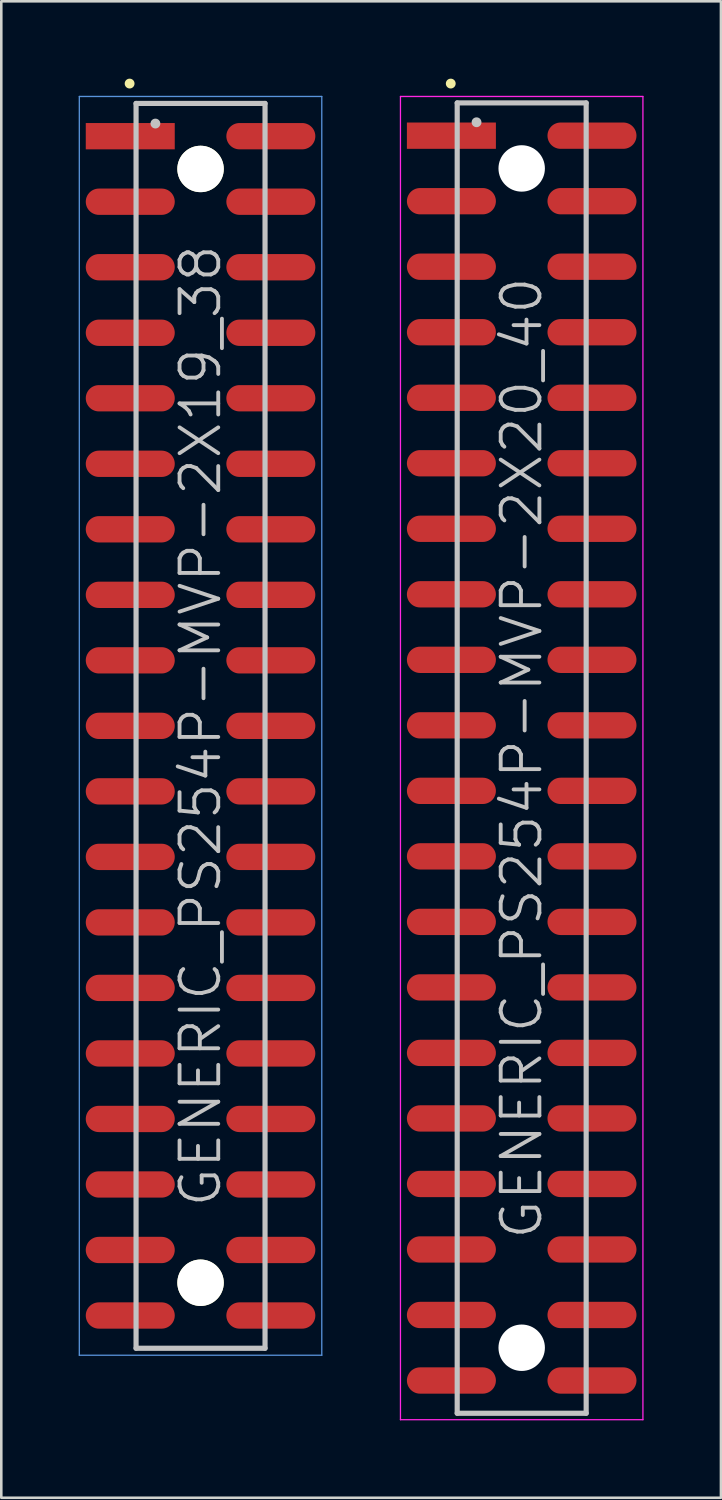
<source format=kicad_pcb>
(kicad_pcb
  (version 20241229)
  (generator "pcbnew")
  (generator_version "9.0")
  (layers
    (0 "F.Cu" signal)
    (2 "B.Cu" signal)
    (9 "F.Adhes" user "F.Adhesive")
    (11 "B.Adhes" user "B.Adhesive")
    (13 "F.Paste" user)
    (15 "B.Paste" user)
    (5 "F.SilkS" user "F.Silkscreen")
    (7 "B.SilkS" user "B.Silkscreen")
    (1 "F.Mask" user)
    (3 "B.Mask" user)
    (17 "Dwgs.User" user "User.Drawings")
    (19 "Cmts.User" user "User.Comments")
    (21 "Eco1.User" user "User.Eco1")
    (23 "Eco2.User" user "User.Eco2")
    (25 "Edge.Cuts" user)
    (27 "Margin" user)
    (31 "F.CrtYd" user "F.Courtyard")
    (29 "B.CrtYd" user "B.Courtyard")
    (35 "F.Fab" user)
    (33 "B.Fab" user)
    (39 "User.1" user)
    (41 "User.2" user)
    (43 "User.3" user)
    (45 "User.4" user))
  (footprint "GENERIC_PS254P-MVP-2X19_38"
    (layer "F.Cu")
    (at 4.725 25.09)
    (property "Reference" "GENERIC_PS254P-MVP-2X19_38" (at 0 0 90) (layer "Dwgs.User") (effects (font (size 1.5 1.5) (thickness 0.15))))
    (attr smd)
    (fp_line (start -2.75 -24.9) (end -2.75 -24.9) (stroke (width 0.381) (type solid)) (layer "F.SilkS"))
    (fp_line (start -2.5 -24.13) (end -2.5 24.13) (stroke (width 0.2) (type solid)) (layer "Dwgs.User"))
    (fp_line (start -2.5 -24.13) (end 2.5 -24.13) (stroke (width 0.2) (type solid)) (layer "Dwgs.User"))
    (fp_line (start -2.5 24.13) (end 2.5 24.13) (stroke (width 0.2) (type solid)) (layer "Dwgs.User"))
    (fp_line (start -1.75 -23.35) (end -1.75 -23.35) (stroke (width 0.381) (type solid)) (layer "Dwgs.User"))
    (fp_line (start 2.5 -24.13) (end 2.5 24.13) (stroke (width 0.2) (type solid)) (layer "Dwgs.User"))
    (fp_line (start -4.7 -24.4) (end -4.7 24.4) (stroke (width 0.05) (type solid)) (layer "Cmts.User"))
    (fp_line (start -4.7 -24.4) (end 4.7 -24.4) (stroke (width 0.05) (type solid)) (layer "Cmts.User"))
    (fp_line (start -4.7 24.4) (end 4.7 24.4) (stroke (width 0.05) (type solid)) (layer "Cmts.User"))
    (fp_line (start 4.7 -24.4) (end 4.7 24.4) (stroke (width 0.05) (type solid)) (layer "Cmts.User"))
    (pad "" np_thru_hole circle (at 0 -21.59 270) (size 1.8 1.8) (drill 1.8) (layers "*.Cu" "*.Mask" "F.SilkS"))
    (pad "" np_thru_hole circle (at 0 21.59 270) (size 1.8 1.8) (drill 1.8) (layers "*.Cu" "*.Mask" "F.SilkS"))
    (pad "1" smd rect (at -2.725 -22.86 270) (size 1.02 3.45) (layers "F.Cu" "F.Mask" "F.Paste"))
    (pad "2" smd oval (at 2.725 -22.86 270) (size 1.02 3.45) (layers "F.Cu" "F.Mask" "F.Paste"))
    (pad "3" smd oval (at -2.725 -20.32 270) (size 1.02 3.45) (layers "F.Cu" "F.Mask" "F.Paste"))
    (pad "4" smd oval (at 2.725 -20.32 270) (size 1.02 3.45) (layers "F.Cu" "F.Mask" "F.Paste"))
    (pad "5" smd oval (at -2.725 -17.78 270) (size 1.02 3.45) (layers "F.Cu" "F.Mask" "F.Paste"))
    (pad "6" smd oval (at 2.725 -17.78 270) (size 1.02 3.45) (layers "F.Cu" "F.Mask" "F.Paste"))
    (pad "7" smd oval (at -2.725 -15.24 270) (size 1.02 3.45) (layers "F.Cu" "F.Mask" "F.Paste"))
    (pad "8" smd oval (at 2.725 -15.24 270) (size 1.02 3.45) (layers "F.Cu" "F.Mask" "F.Paste"))
    (pad "9" smd oval (at -2.725 -12.7 270) (size 1.02 3.45) (layers "F.Cu" "F.Mask" "F.Paste"))
    (pad "10" smd oval (at 2.725 -12.7 270) (size 1.02 3.45) (layers "F.Cu" "F.Mask" "F.Paste"))
    (pad "11" smd oval (at -2.725 -10.16 270) (size 1.02 3.45) (layers "F.Cu" "F.Mask" "F.Paste"))
    (pad "12" smd oval (at 2.725 -10.16 270) (size 1.02 3.45) (layers "F.Cu" "F.Mask" "F.Paste"))
    (pad "13" smd oval (at -2.725 -7.62 270) (size 1.02 3.45) (layers "F.Cu" "F.Mask" "F.Paste"))
    (pad "14" smd oval (at 2.725 -7.62 270) (size 1.02 3.45) (layers "F.Cu" "F.Mask" "F.Paste"))
    (pad "15" smd oval (at -2.725 -5.08 270) (size 1.02 3.45) (layers "F.Cu" "F.Mask" "F.Paste"))
    (pad "16" smd oval (at 2.725 -5.08 270) (size 1.02 3.45) (layers "F.Cu" "F.Mask" "F.Paste"))
    (pad "17" smd oval (at -2.725 -2.54 270) (size 1.02 3.45) (layers "F.Cu" "F.Mask" "F.Paste"))
    (pad "18" smd oval (at 2.725 -2.54 270) (size 1.02 3.45) (layers "F.Cu" "F.Mask" "F.Paste"))
    (pad "19" smd oval (at -2.725 0 270) (size 1.02 3.45) (layers "F.Cu" "F.Mask" "F.Paste"))
    (pad "20" smd oval (at 2.725 0 270) (size 1.02 3.45) (layers "F.Cu" "F.Mask" "F.Paste"))
    (pad "21" smd oval (at -2.725 2.54 270) (size 1.02 3.45) (layers "F.Cu" "F.Mask" "F.Paste"))
    (pad "22" smd oval (at 2.725 2.54 270) (size 1.02 3.45) (layers "F.Cu" "F.Mask" "F.Paste"))
    (pad "23" smd oval (at -2.725 5.08 270) (size 1.02 3.45) (layers "F.Cu" "F.Mask" "F.Paste"))
    (pad "24" smd oval (at 2.725 5.08 270) (size 1.02 3.45) (layers "F.Cu" "F.Mask" "F.Paste"))
    (pad "25" smd oval (at -2.725 7.62 270) (size 1.02 3.45) (layers "F.Cu" "F.Mask" "F.Paste"))
    (pad "26" smd oval (at 2.725 7.62 270) (size 1.02 3.45) (layers "F.Cu" "F.Mask" "F.Paste"))
    (pad "27" smd oval (at -2.725 10.16 270) (size 1.02 3.45) (layers "F.Cu" "F.Mask" "F.Paste"))
    (pad "28" smd oval (at 2.725 10.16 270) (size 1.02 3.45) (layers "F.Cu" "F.Mask" "F.Paste"))
    (pad "29" smd oval (at -2.725 12.7 270) (size 1.02 3.45) (layers "F.Cu" "F.Mask" "F.Paste"))
    (pad "30" smd oval (at 2.725 12.7 270) (size 1.02 3.45) (layers "F.Cu" "F.Mask" "F.Paste"))
    (pad "31" smd oval (at -2.725 15.24 270) (size 1.02 3.45) (layers "F.Cu" "F.Mask" "F.Paste"))
    (pad "32" smd oval (at 2.725 15.24 270) (size 1.02 3.45) (layers "F.Cu" "F.Mask" "F.Paste"))
    (pad "33" smd oval (at -2.725 17.78 270) (size 1.02 3.45) (layers "F.Cu" "F.Mask" "F.Paste"))
    (pad "34" smd oval (at 2.725 17.78 270) (size 1.02 3.45) (layers "F.Cu" "F.Mask" "F.Paste"))
    (pad "35" smd oval (at -2.725 20.32 270) (size 1.02 3.45) (layers "F.Cu" "F.Mask" "F.Paste"))
    (pad "36" smd oval (at 2.725 20.32 270) (size 1.02 3.45) (layers "F.Cu" "F.Mask" "F.Paste"))
    (pad "37" smd oval (at -2.725 22.86 270) (size 1.02 3.45) (layers "F.Cu" "F.Mask" "F.Paste"))
    (pad "38" smd oval (at 2.725 22.86 270) (size 1.02 3.45) (layers "F.Cu" "F.Mask" "F.Paste")))
  (footprint "GENERIC_PS254P-MVP-2X20_40"
    (layer "F.Cu")
    (at 17.175 26.34)
    (property "Reference" "GENERIC_PS254P-MVP-2X20_40" (at 0 0 90) (layer "Dwgs.User") (effects (font (size 1.5 1.5) (thickness 0.15))))
    (attr smd)
    (fp_line (start -2.75 -26.15) (end -2.75 -26.15) (stroke (width 0.381) (type solid)) (layer "F.SilkS"))
    (fp_line (start -2.5 -25.4) (end -2.5 25.4) (stroke (width 0.2) (type solid)) (layer "Dwgs.User"))
    (fp_line (start -2.5 -25.4) (end 2.5 -25.4) (stroke (width 0.2) (type solid)) (layer "Dwgs.User"))
    (fp_line (start -2.5 25.4) (end 2.5 25.4) (stroke (width 0.2) (type solid)) (layer "Dwgs.User"))
    (fp_line (start -1.75 -24.65) (end -1.75 -24.65) (stroke (width 0.381) (type solid)) (layer "Dwgs.User"))
    (fp_line (start 2.5 -25.4) (end 2.5 25.4) (stroke (width 0.2) (type solid)) (layer "Dwgs.User"))
    (fp_line (start -4.7 -25.65) (end -4.7 25.65) (stroke (width 0.05) (type solid)) (layer "F.CrtYd"))
    (fp_line (start -4.7 -25.65) (end 4.7 -25.65) (stroke (width 0.05) (type solid)) (layer "F.CrtYd"))
    (fp_line (start -4.7 25.65) (end 4.7 25.65) (stroke (width 0.05) (type solid)) (layer "F.CrtYd"))
    (fp_line (start 4.7 -25.65) (end 4.7 25.65) (stroke (width 0.05) (type solid)) (layer "F.CrtYd"))
    (pad "" np_thru_hole circle (at 0 -22.86 270) (size 1.8 1.8) (drill 1.8) (layers "*.Cu" "*.Mask"))
    (pad "" np_thru_hole circle (at 0 22.86 270) (size 1.8 1.8) (drill 1.8) (layers "*.Cu" "*.Mask"))
    (pad "1" smd rect (at -2.725 -24.13 270) (size 1.02 3.45) (layers "F.Cu" "F.Mask" "F.Paste"))
    (pad "2" smd oval (at 2.725 -24.13 270) (size 1.02 3.45) (layers "F.Cu" "F.Mask" "F.Paste"))
    (pad "3" smd oval (at -2.725 -21.59 270) (size 1.02 3.45) (layers "F.Cu" "F.Mask" "F.Paste"))
    (pad "4" smd oval (at 2.725 -21.59 270) (size 1.02 3.45) (layers "F.Cu" "F.Mask" "F.Paste"))
    (pad "5" smd oval (at -2.725 -19.05 270) (size 1.02 3.45) (layers "F.Cu" "F.Mask" "F.Paste"))
    (pad "6" smd oval (at 2.725 -19.05 270) (size 1.02 3.45) (layers "F.Cu" "F.Mask" "F.Paste"))
    (pad "7" smd oval (at -2.725 -16.51 270) (size 1.02 3.45) (layers "F.Cu" "F.Mask" "F.Paste"))
    (pad "8" smd oval (at 2.725 -16.51 270) (size 1.02 3.45) (layers "F.Cu" "F.Mask" "F.Paste"))
    (pad "9" smd oval (at -2.725 -13.97 270) (size 1.02 3.45) (layers "F.Cu" "F.Mask" "F.Paste"))
    (pad "10" smd oval (at 2.725 -13.97 270) (size 1.02 3.45) (layers "F.Cu" "F.Mask" "F.Paste"))
    (pad "11" smd oval (at -2.725 -11.43 270) (size 1.02 3.45) (layers "F.Cu" "F.Mask" "F.Paste"))
    (pad "12" smd oval (at 2.725 -11.43 270) (size 1.02 3.45) (layers "F.Cu" "F.Mask" "F.Paste"))
    (pad "13" smd oval (at -2.725 -8.89 270) (size 1.02 3.45) (layers "F.Cu" "F.Mask" "F.Paste"))
    (pad "14" smd oval (at 2.725 -8.89 270) (size 1.02 3.45) (layers "F.Cu" "F.Mask" "F.Paste"))
    (pad "15" smd oval (at -2.725 -6.35 270) (size 1.02 3.45) (layers "F.Cu" "F.Mask" "F.Paste"))
    (pad "16" smd oval (at 2.725 -6.35 270) (size 1.02 3.45) (layers "F.Cu" "F.Mask" "F.Paste"))
    (pad "17" smd oval (at -2.725 -3.81 270) (size 1.02 3.45) (layers "F.Cu" "F.Mask" "F.Paste"))
    (pad "18" smd oval (at 2.725 -3.81 270) (size 1.02 3.45) (layers "F.Cu" "F.Mask" "F.Paste"))
    (pad "19" smd oval (at -2.725 -1.27 270) (size 1.02 3.45) (layers "F.Cu" "F.Mask" "F.Paste"))
    (pad "20" smd oval (at 2.725 -1.27 270) (size 1.02 3.45) (layers "F.Cu" "F.Mask" "F.Paste"))
    (pad "21" smd oval (at -2.725 1.27 270) (size 1.02 3.45) (layers "F.Cu" "F.Mask" "F.Paste"))
    (pad "22" smd oval (at 2.725 1.27 270) (size 1.02 3.45) (layers "F.Cu" "F.Mask" "F.Paste"))
    (pad "23" smd oval (at -2.725 3.81 270) (size 1.02 3.45) (layers "F.Cu" "F.Mask" "F.Paste"))
    (pad "24" smd oval (at 2.725 3.81 270) (size 1.02 3.45) (layers "F.Cu" "F.Mask" "F.Paste"))
    (pad "25" smd oval (at -2.725 6.35 270) (size 1.02 3.45) (layers "F.Cu" "F.Mask" "F.Paste"))
    (pad "26" smd oval (at 2.725 6.35 270) (size 1.02 3.45) (layers "F.Cu" "F.Mask" "F.Paste"))
    (pad "27" smd oval (at -2.725 8.89 270) (size 1.02 3.45) (layers "F.Cu" "F.Mask" "F.Paste"))
    (pad "28" smd oval (at 2.725 8.89 270) (size 1.02 3.45) (layers "F.Cu" "F.Mask" "F.Paste"))
    (pad "29" smd oval (at -2.725 11.43 270) (size 1.02 3.45) (layers "F.Cu" "F.Mask" "F.Paste"))
    (pad "30" smd oval (at 2.725 11.43 270) (size 1.02 3.45) (layers "F.Cu" "F.Mask" "F.Paste"))
    (pad "31" smd oval (at -2.725 13.97 270) (size 1.02 3.45) (layers "F.Cu" "F.Mask" "F.Paste"))
    (pad "32" smd oval (at 2.725 13.97 270) (size 1.02 3.45) (layers "F.Cu" "F.Mask" "F.Paste"))
    (pad "33" smd oval (at -2.725 16.51 270) (size 1.02 3.45) (layers "F.Cu" "F.Mask" "F.Paste"))
    (pad "34" smd oval (at 2.725 16.51 270) (size 1.02 3.45) (layers "F.Cu" "F.Mask" "F.Paste"))
    (pad "35" smd oval (at -2.725 19.05 270) (size 1.02 3.45) (layers "F.Cu" "F.Mask" "F.Paste"))
    (pad "36" smd oval (at 2.725 19.05 270) (size 1.02 3.45) (layers "F.Cu" "F.Mask" "F.Paste"))
    (pad "37" smd oval (at -2.725 21.59 270) (size 1.02 3.45) (layers "F.Cu" "F.Mask" "F.Paste"))
    (pad "38" smd oval (at 2.725 21.59 270) (size 1.02 3.45) (layers "F.Cu" "F.Mask" "F.Paste"))
    (pad "39" smd oval (at -2.725 24.13 270) (size 1.02 3.45) (layers "F.Cu" "F.Mask" "F.Paste"))
    (pad "40" smd oval (at 2.725 24.13 270) (size 1.02 3.45) (layers "F.Cu" "F.Mask" "F.Paste")))
  (gr_rect
    (start -3 -3)
    (end 24.9 55.016)
    (stroke (width 0.1) (type default))
    (fill no)
    (layer "Edge.Cuts")))
</source>
